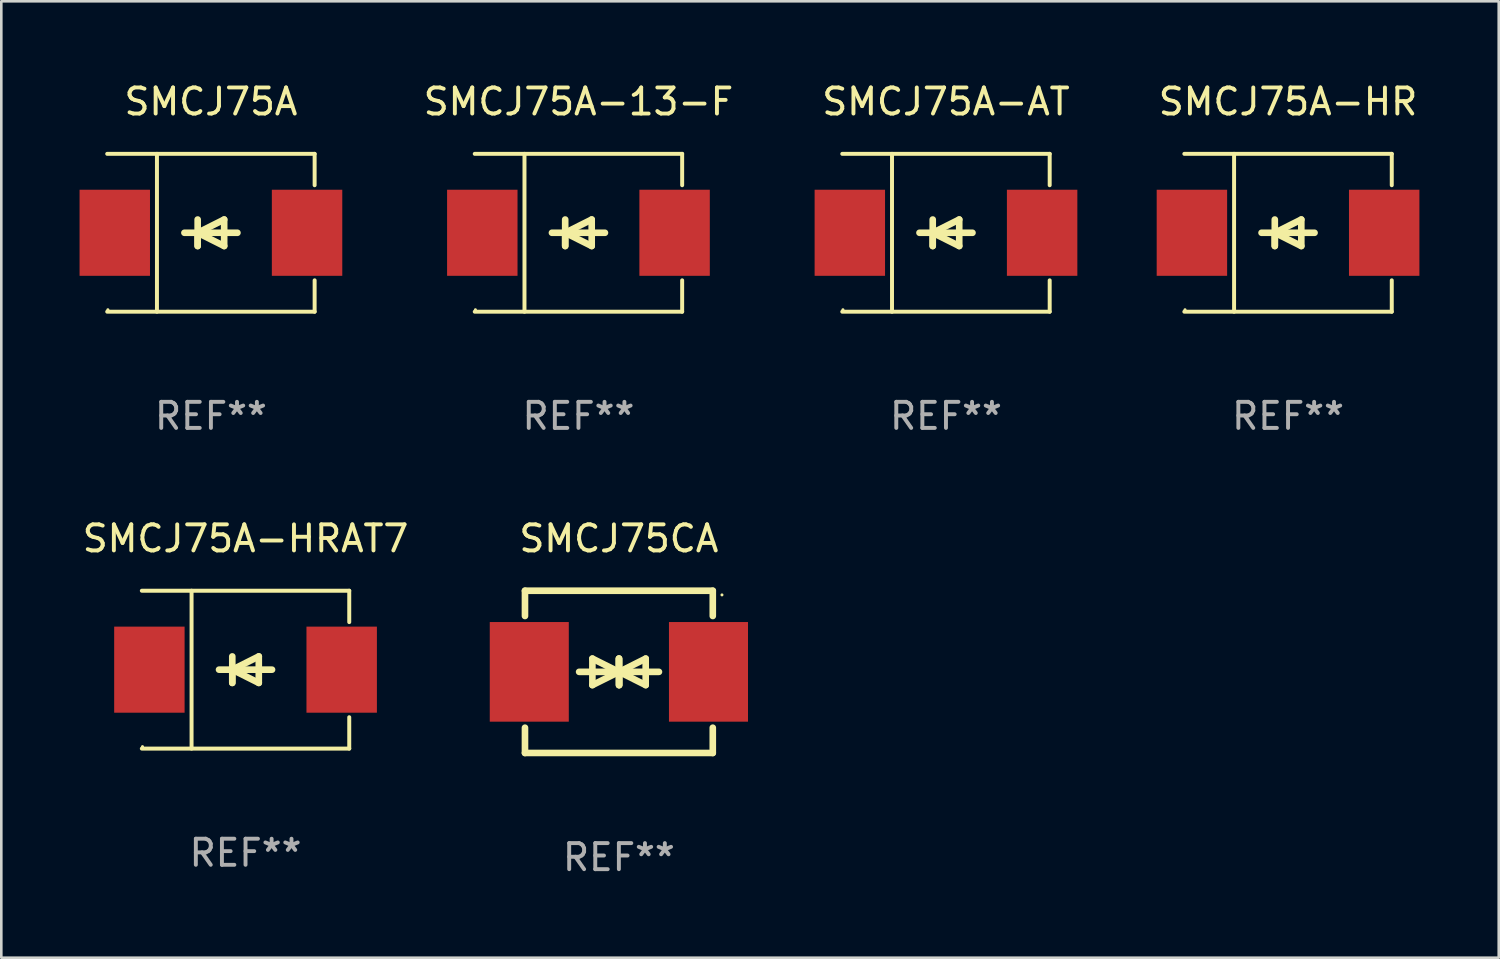
<source format=kicad_pcb>
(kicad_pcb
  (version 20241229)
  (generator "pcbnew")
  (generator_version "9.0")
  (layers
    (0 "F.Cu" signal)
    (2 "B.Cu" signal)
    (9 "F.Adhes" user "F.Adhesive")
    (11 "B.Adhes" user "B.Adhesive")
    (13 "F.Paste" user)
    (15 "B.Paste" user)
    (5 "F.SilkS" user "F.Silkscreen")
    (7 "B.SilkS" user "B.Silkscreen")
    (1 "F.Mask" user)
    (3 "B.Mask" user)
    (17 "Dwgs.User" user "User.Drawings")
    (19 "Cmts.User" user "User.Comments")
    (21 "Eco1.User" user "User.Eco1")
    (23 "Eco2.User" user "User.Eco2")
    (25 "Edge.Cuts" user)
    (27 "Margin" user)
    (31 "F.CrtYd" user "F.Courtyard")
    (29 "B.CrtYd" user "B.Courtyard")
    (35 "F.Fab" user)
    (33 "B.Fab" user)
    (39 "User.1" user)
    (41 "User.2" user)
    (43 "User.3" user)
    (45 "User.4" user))
  (footprint "SMCJ75A"
    (layer "F.Cu")
    (at 5.036 5.874)
    (property "Reference" "SMCJ75A" (at 0 -5.026 0) (layer "F.SilkS") (effects (font (size 1 1) (thickness 0.15))))
    (attr through_hole)
    (fp_line (start -3.976 -3.026) (end 3.976 -3.026) (stroke (width 0.152) (type solid)) (layer "F.SilkS"))
    (fp_line (start -3.976 3.026) (end 3.976 3.026) (stroke (width 0.152) (type solid)) (layer "F.SilkS"))
    (fp_line (start -2.069 -3.026) (end -2.069 3.026) (stroke (width 0.152) (type solid)) (layer "F.SilkS"))
    (fp_line (start -0.508 0) (end -0.508 0.508) (stroke (width 0.254) (type solid)) (layer "F.SilkS"))
    (fp_line (start -0.508 0) (end 0.508 0.508) (stroke (width 0.254) (type solid)) (layer "F.SilkS"))
    (fp_line (start -0.508 0.508) (end -0.508 -0.508) (stroke (width 0.254) (type solid)) (layer "F.SilkS"))
    (fp_line (start 0.508 -0.508) (end -0.508 0) (stroke (width 0.254) (type solid)) (layer "F.SilkS"))
    (fp_line (start 0.508 0.508) (end 0.508 -0.508) (stroke (width 0.254) (type solid)) (layer "F.SilkS"))
    (fp_line (start 1.016 0) (end -1.016 0) (stroke (width 0.254) (type solid)) (layer "F.SilkS"))
    (fp_line (start 3.976 -3.026) (end 3.976 -1.823) (stroke (width 0.152) (type solid)) (layer "F.SilkS"))
    (fp_line (start 3.976 3.026) (end 3.976 1.823) (stroke (width 0.152) (type solid)) (layer "F.SilkS"))
    (fp_circle (center -3.95 2.95) (end -3.92 2.95) (stroke (width 0.06) (type solid)) (fill no) (layer "F.SilkS"))
    (fp_text user "REF**" (at 0 7.026 0) (layer "F.Fab") (effects (font (size 1 1) (thickness 0.15))))
    (pad "1" smd rect (at -3.686 0) (size 2.7 3.3) (layers "F.Cu" "F.Mask" "F.Paste"))
    (pad "2" smd rect (at 3.686 0) (size 2.7 3.3) (layers "F.Cu" "F.Mask" "F.Paste")))
  (footprint "SMCJ75A-HRAT7"
    (layer "F.Cu")
    (at 6.363 22.623)
    (property "Reference" "SMCJ75A-HRAT7" (at 0 -5.026 0) (layer "F.SilkS") (effects (font (size 1 1) (thickness 0.15))))
    (attr through_hole)
    (fp_line (start -3.976 -3.026) (end 3.976 -3.026) (stroke (width 0.152) (type solid)) (layer "F.SilkS"))
    (fp_line (start -3.976 3.026) (end 3.976 3.026) (stroke (width 0.152) (type solid)) (layer "F.SilkS"))
    (fp_line (start -2.069 -3.026) (end -2.069 3.026) (stroke (width 0.152) (type solid)) (layer "F.SilkS"))
    (fp_line (start -0.508 0) (end -0.508 0.508) (stroke (width 0.254) (type solid)) (layer "F.SilkS"))
    (fp_line (start -0.508 0) (end 0.508 0.508) (stroke (width 0.254) (type solid)) (layer "F.SilkS"))
    (fp_line (start -0.508 0.508) (end -0.508 -0.508) (stroke (width 0.254) (type solid)) (layer "F.SilkS"))
    (fp_line (start 0.508 -0.508) (end -0.508 0) (stroke (width 0.254) (type solid)) (layer "F.SilkS"))
    (fp_line (start 0.508 0.508) (end 0.508 -0.508) (stroke (width 0.254) (type solid)) (layer "F.SilkS"))
    (fp_line (start 1.016 0) (end -1.016 0) (stroke (width 0.254) (type solid)) (layer "F.SilkS"))
    (fp_line (start 3.976 -3.026) (end 3.976 -1.823) (stroke (width 0.152) (type solid)) (layer "F.SilkS"))
    (fp_line (start 3.976 3.026) (end 3.976 1.823) (stroke (width 0.152) (type solid)) (layer "F.SilkS"))
    (fp_circle (center -3.95 2.95) (end -3.92 2.95) (stroke (width 0.06) (type solid)) (fill no) (layer "F.SilkS"))
    (fp_text user "REF**" (at 0 7.026 0) (layer "F.Fab") (effects (font (size 1 1) (thickness 0.15))))
    (pad "1" smd rect (at -3.686 0) (size 2.7 3.3) (layers "F.Cu" "F.Mask" "F.Paste"))
    (pad "2" smd rect (at 3.686 0) (size 2.7 3.3) (layers "F.Cu" "F.Mask" "F.Paste")))
  (footprint "SMCJ75A-HR"
    (layer "F.Cu")
    (at 46.33 5.874)
    (property "Reference" "SMCJ75A-HR" (at 0 -5.026 0) (layer "F.SilkS") (effects (font (size 1 1) (thickness 0.15))))
    (attr through_hole)
    (fp_line (start -3.976 -3.026) (end 3.976 -3.026) (stroke (width 0.152) (type solid)) (layer "F.SilkS"))
    (fp_line (start -3.976 3.026) (end 3.976 3.026) (stroke (width 0.152) (type solid)) (layer "F.SilkS"))
    (fp_line (start -2.069 -3.026) (end -2.069 3.026) (stroke (width 0.152) (type solid)) (layer "F.SilkS"))
    (fp_line (start -0.508 0) (end -0.508 0.508) (stroke (width 0.254) (type solid)) (layer "F.SilkS"))
    (fp_line (start -0.508 0) (end 0.508 0.508) (stroke (width 0.254) (type solid)) (layer "F.SilkS"))
    (fp_line (start -0.508 0.508) (end -0.508 -0.508) (stroke (width 0.254) (type solid)) (layer "F.SilkS"))
    (fp_line (start 0.508 -0.508) (end -0.508 0) (stroke (width 0.254) (type solid)) (layer "F.SilkS"))
    (fp_line (start 0.508 0.508) (end 0.508 -0.508) (stroke (width 0.254) (type solid)) (layer "F.SilkS"))
    (fp_line (start 1.016 0) (end -1.016 0) (stroke (width 0.254) (type solid)) (layer "F.SilkS"))
    (fp_line (start 3.976 -3.026) (end 3.976 -1.823) (stroke (width 0.152) (type solid)) (layer "F.SilkS"))
    (fp_line (start 3.976 3.026) (end 3.976 1.823) (stroke (width 0.152) (type solid)) (layer "F.SilkS"))
    (fp_circle (center -3.95 2.95) (end -3.92 2.95) (stroke (width 0.06) (type solid)) (fill no) (layer "F.SilkS"))
    (fp_text user "REF**" (at 0 7.026 0) (layer "F.Fab") (effects (font (size 1 1) (thickness 0.15))))
    (pad "1" smd rect (at -3.686 0) (size 2.7 3.3) (layers "F.Cu" "F.Mask" "F.Paste"))
    (pad "2" smd rect (at 3.686 0) (size 2.7 3.3) (layers "F.Cu" "F.Mask" "F.Paste")))
  (footprint "SMCJ75A-AT"
    (layer "F.Cu")
    (at 33.216 5.874)
    (property "Reference" "SMCJ75A-AT" (at 0 -5.026 0) (layer "F.SilkS") (effects (font (size 1 1) (thickness 0.15))))
    (attr through_hole)
    (fp_line (start -3.976 -3.026) (end 3.976 -3.026) (stroke (width 0.152) (type solid)) (layer "F.SilkS"))
    (fp_line (start -3.976 3.026) (end 3.976 3.026) (stroke (width 0.152) (type solid)) (layer "F.SilkS"))
    (fp_line (start -2.069 -3.026) (end -2.069 3.026) (stroke (width 0.152) (type solid)) (layer "F.SilkS"))
    (fp_line (start -0.508 0) (end -0.508 0.508) (stroke (width 0.254) (type solid)) (layer "F.SilkS"))
    (fp_line (start -0.508 0) (end 0.508 0.508) (stroke (width 0.254) (type solid)) (layer "F.SilkS"))
    (fp_line (start -0.508 0.508) (end -0.508 -0.508) (stroke (width 0.254) (type solid)) (layer "F.SilkS"))
    (fp_line (start 0.508 -0.508) (end -0.508 0) (stroke (width 0.254) (type solid)) (layer "F.SilkS"))
    (fp_line (start 0.508 0.508) (end 0.508 -0.508) (stroke (width 0.254) (type solid)) (layer "F.SilkS"))
    (fp_line (start 1.016 0) (end -1.016 0) (stroke (width 0.254) (type solid)) (layer "F.SilkS"))
    (fp_line (start 3.976 -3.026) (end 3.976 -1.823) (stroke (width 0.152) (type solid)) (layer "F.SilkS"))
    (fp_line (start 3.976 3.026) (end 3.976 1.823) (stroke (width 0.152) (type solid)) (layer "F.SilkS"))
    (fp_circle (center -3.95 2.95) (end -3.92 2.95) (stroke (width 0.06) (type solid)) (fill no) (layer "F.SilkS"))
    (fp_text user "REF**" (at 0 7.026 0) (layer "F.Fab") (effects (font (size 1 1) (thickness 0.15))))
    (pad "1" smd rect (at -3.686 0) (size 2.7 3.3) (layers "F.Cu" "F.Mask" "F.Paste"))
    (pad "2" smd rect (at 3.686 0) (size 2.7 3.3) (layers "F.Cu" "F.Mask" "F.Paste")))
  (footprint "SMCJ75CA"
    (layer "F.Cu")
    (at 20.676 22.707)
    (property "Reference" "SMCJ75CA" (at 0 -5.11 0) (layer "F.SilkS") (effects (font (size 1 1) (thickness 0.15))))
    (attr through_hole)
    (fp_line (start -3.6 -2.141) (end -3.6 -3.11) (stroke (width 0.254) (type solid)) (layer "F.SilkS"))
    (fp_line (start -3.6 3.11) (end -3.6 2.141) (stroke (width 0.254) (type solid)) (layer "F.SilkS"))
    (fp_line (start -1.524 0) (end 0.508 0) (stroke (width 0.254) (type solid)) (layer "F.SilkS"))
    (fp_line (start -1.016 -0.508) (end -1.016 0.508) (stroke (width 0.254) (type solid)) (layer "F.SilkS"))
    (fp_line (start -1.016 0.508) (end 0 0) (stroke (width 0.254) (type solid)) (layer "F.SilkS"))
    (fp_line (start 0 -0.508) (end 0 0.508) (stroke (width 0.254) (type solid)) (layer "F.SilkS"))
    (fp_line (start 0 0) (end -1.016 -0.508) (stroke (width 0.254) (type solid)) (layer "F.SilkS"))
    (fp_line (start 0 0) (end 0 -0.508) (stroke (width 0.254) (type solid)) (layer "F.SilkS"))
    (fp_line (start 0.012 0) (end 0.012 0.508) (stroke (width 0.254) (type solid)) (layer "F.SilkS"))
    (fp_line (start 0.012 0) (end 1.028 0.508) (stroke (width 0.254) (type solid)) (layer "F.SilkS"))
    (fp_line (start 0.012 0.508) (end 0.012 -0.508) (stroke (width 0.254) (type solid)) (layer "F.SilkS"))
    (fp_line (start 1.028 -0.508) (end 0.012 0) (stroke (width 0.254) (type solid)) (layer "F.SilkS"))
    (fp_line (start 1.028 0.508) (end 1.028 -0.508) (stroke (width 0.254) (type solid)) (layer "F.SilkS"))
    (fp_line (start 1.536 0) (end -0.496 0) (stroke (width 0.254) (type solid)) (layer "F.SilkS"))
    (fp_line (start 3.6 -3.11) (end -3.6 -3.11) (stroke (width 0.254) (type solid)) (layer "F.SilkS"))
    (fp_line (start 3.6 -2.141) (end 3.6 -3.11) (stroke (width 0.254) (type solid)) (layer "F.SilkS"))
    (fp_line (start 3.6 3.11) (end -3.6 3.11) (stroke (width 0.254) (type solid)) (layer "F.SilkS"))
    (fp_line (start 3.6 3.11) (end 3.6 2.141) (stroke (width 0.254) (type solid)) (layer "F.SilkS"))
    (fp_circle (center 3.952 -2.95) (end 3.982 -2.95) (stroke (width 0.06) (type solid)) (fill no) (layer "F.SilkS"))
    (fp_text user "REF**" (at 0 7.11 0) (layer "F.Fab") (effects (font (size 1 1) (thickness 0.15))))
    (pad "1" smd rect (at 3.435 0) (size 3.03 3.82) (layers "F.Cu" "F.Mask" "F.Paste"))
    (pad "2" smd rect (at -3.435 0) (size 3.03 3.82) (layers "F.Cu" "F.Mask" "F.Paste")))
  (footprint "SMCJ75A-13-F"
    (layer "F.Cu")
    (at 19.126 5.874)
    (property "Reference" "SMCJ75A-13-F" (at 0 -5.026 0) (layer "F.SilkS") (effects (font (size 1 1) (thickness 0.15))))
    (attr through_hole)
    (fp_line (start -3.976 -3.026) (end 3.976 -3.026) (stroke (width 0.152) (type solid)) (layer "F.SilkS"))
    (fp_line (start -3.976 3.026) (end 3.976 3.026) (stroke (width 0.152) (type solid)) (layer "F.SilkS"))
    (fp_line (start -2.069 -3.026) (end -2.069 3.026) (stroke (width 0.152) (type solid)) (layer "F.SilkS"))
    (fp_line (start -0.508 0) (end -0.508 0.508) (stroke (width 0.254) (type solid)) (layer "F.SilkS"))
    (fp_line (start -0.508 0) (end 0.508 0.508) (stroke (width 0.254) (type solid)) (layer "F.SilkS"))
    (fp_line (start -0.508 0.508) (end -0.508 -0.508) (stroke (width 0.254) (type solid)) (layer "F.SilkS"))
    (fp_line (start 0.508 -0.508) (end -0.508 0) (stroke (width 0.254) (type solid)) (layer "F.SilkS"))
    (fp_line (start 0.508 0.508) (end 0.508 -0.508) (stroke (width 0.254) (type solid)) (layer "F.SilkS"))
    (fp_line (start 1.016 0) (end -1.016 0) (stroke (width 0.254) (type solid)) (layer "F.SilkS"))
    (fp_line (start 3.976 -3.026) (end 3.976 -1.823) (stroke (width 0.152) (type solid)) (layer "F.SilkS"))
    (fp_line (start 3.976 3.026) (end 3.976 1.823) (stroke (width 0.152) (type solid)) (layer "F.SilkS"))
    (fp_circle (center -3.95 2.95) (end -3.92 2.95) (stroke (width 0.06) (type solid)) (fill no) (layer "F.SilkS"))
    (fp_text user "REF**" (at 0 7.026 0) (layer "F.Fab") (effects (font (size 1 1) (thickness 0.15))))
    (pad "1" smd rect (at -3.686 0) (size 2.7 3.3) (layers "F.Cu" "F.Mask" "F.Paste"))
    (pad "2" smd rect (at 3.686 0) (size 2.7 3.3) (layers "F.Cu" "F.Mask" "F.Paste")))
  (gr_rect
    (start -3 -3)
    (end 54.407 33.665)
    (stroke (width 0.1) (type default))
    (fill no)
    (layer "Edge.Cuts")))
</source>
